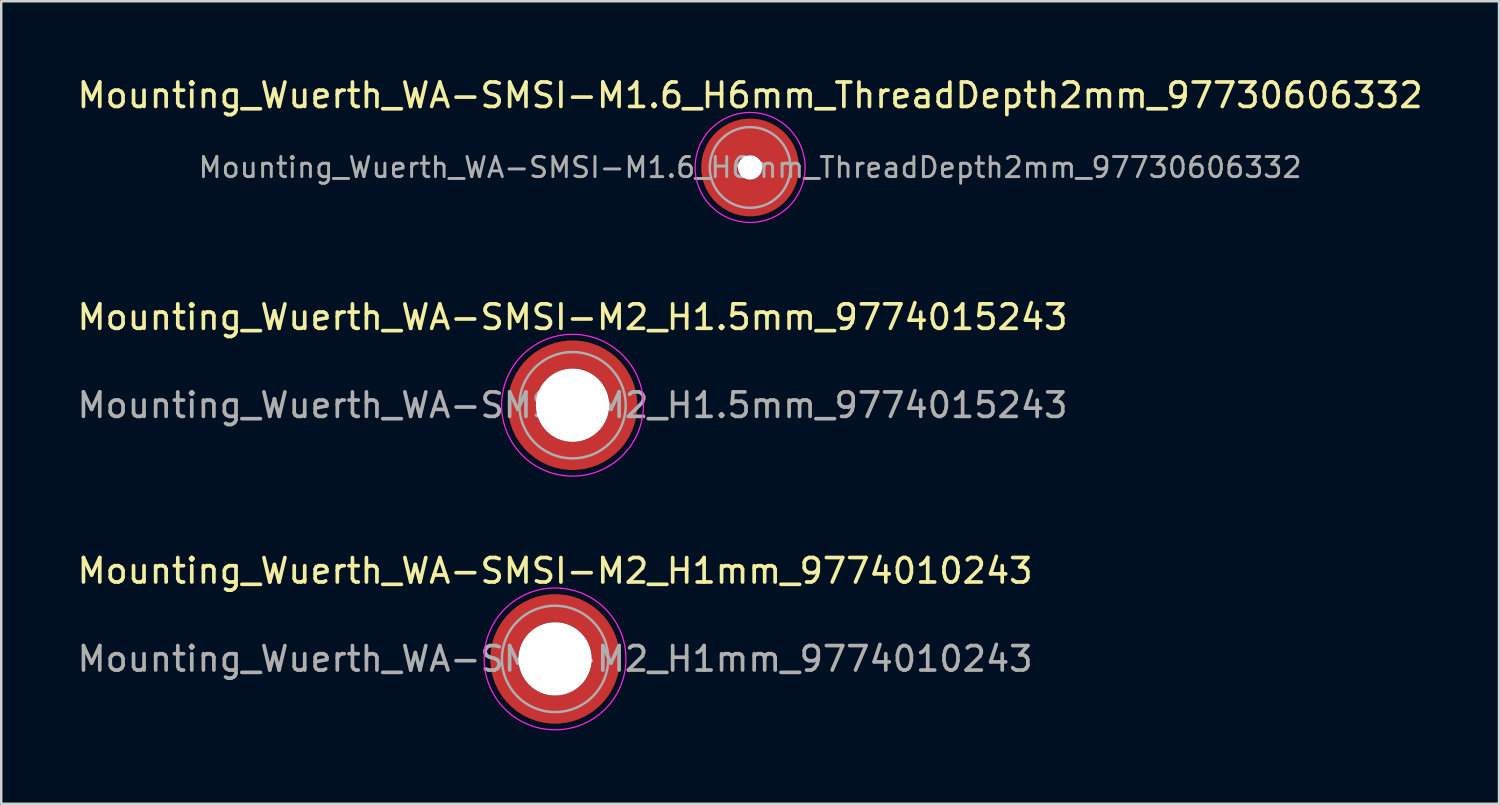
<source format=kicad_pcb>
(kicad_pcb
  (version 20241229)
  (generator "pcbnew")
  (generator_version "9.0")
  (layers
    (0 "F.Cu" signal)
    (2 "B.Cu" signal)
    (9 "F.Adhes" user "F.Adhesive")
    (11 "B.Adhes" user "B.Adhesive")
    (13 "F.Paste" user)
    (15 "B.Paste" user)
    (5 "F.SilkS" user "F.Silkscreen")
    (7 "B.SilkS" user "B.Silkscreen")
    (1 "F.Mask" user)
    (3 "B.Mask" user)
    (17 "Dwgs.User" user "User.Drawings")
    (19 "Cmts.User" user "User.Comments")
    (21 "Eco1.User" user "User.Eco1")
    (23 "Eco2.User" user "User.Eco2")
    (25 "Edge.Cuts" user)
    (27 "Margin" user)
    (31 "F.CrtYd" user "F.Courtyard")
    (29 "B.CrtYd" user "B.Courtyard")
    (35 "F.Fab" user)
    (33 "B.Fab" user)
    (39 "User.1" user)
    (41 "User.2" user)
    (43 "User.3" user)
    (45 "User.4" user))
  (footprint "Mounting_Wuerth_WA-SMSI-M2_H1.5mm_9774015243"
    (layer "F.Cu")
    (at 20.363 13.521)
    (property "Reference" "Mounting_Wuerth_WA-SMSI-M2_H1.5mm_9774015243" (at 0 -3.6 0) (layer "F.SilkS") (effects (font (size 1 1) (thickness 0.15))))
    (property "Mouser Part no." "" (at 0 0 0) (layer "F.Fab") (effects (font (size 1.27 1.27) (thickness 0.15))))
    (property "Mouser link" "" (at 0 0 0) (layer "F.Fab") (effects (font (size 1.27 1.27) (thickness 0.15))))
    (attr smd)
    (fp_circle (center 0 0) (end 2.9 0) (stroke (width 0.05) (type solid)) (fill no) (layer "F.CrtYd"))
    (fp_circle (center 0 0) (end 2.175 0) (stroke (width 0.1) (type solid)) (fill no) (layer "F.Fab"))
    (fp_text user "${REFERENCE}" (at 0 0 0) (layer "F.Fab") (effects (font (size 1 1) (thickness 0.15))))
    (pad "" smd custom (at -1.453 -1.453) (size 0.61 0.61) (layers "F.Paste") (options (anchor circle)) (primitives (gr_arc (start -0.147677 1.053104) (mid 0.285964 0.286792) (end 1.051968 -0.147393) (width 0.2)) (gr_arc (start -0.240295 1.053104) (mid 0.22253 0.222946) (end 1.052531 -0.24016) (width 0.2)) (gr_arc (start -0.332645 1.053104) (mid 0.158548 0.15965) (end 1.051583 -0.332304) (width 0.2)) (gr_arc (start -0.424767 1.053104) (mid 0.09486 0.096059) (end 1.051446 -0.424413) (width 0.2)) (gr_arc (start -0.516693 1.053104) (mid 0.031293 0.032346) (end 1.051645 -0.516396) (width 0.2)) (gr_arc (start -0.608448 1.053104) (mid -0.032323 -0.031316) (end 1.051707 -0.608176) (width 0.2)) (gr_arc (start -0.700056 1.053104) (mid -0.09616 -0.094758) (end 1.051155 -0.699693) (width 0.2)) (gr_arc (start -0.791534 1.053104) (mid -0.160388 -0.15781) (end 1.049515 -0.790891) (width 0.2)) (gr_arc (start -0.882896 1.053104) (mid -0.223713 -0.221764) (end 1.050388 -0.882429) (width 0.2)) (gr_arc (start -0.974157 1.053104) (mid -0.287654 -0.285101) (end 1.049541 -0.973567) (width 0.2)) (gr_line (start 1.053 -0.148) (end 1.053 -0.974) (width 0.2)) (gr_line (start -0.148 1.053) (end -0.974 1.053) (width 0.2))))
    (pad "" smd custom (at -1.453 1.453) (size 0.61 0.61) (layers "F.Paste") (options (anchor circle)) (primitives (gr_arc (start 1.053104 0.147677) (mid 0.286792 -0.285964) (end -0.147393 -1.051968) (width 0.2)) (gr_arc (start 1.053104 0.240295) (mid 0.222946 -0.22253) (end -0.24016 -1.052531) (width 0.2)) (gr_arc (start 1.053104 0.332645) (mid 0.15965 -0.158548) (end -0.332304 -1.051583) (width 0.2)) (gr_arc (start 1.053104 0.424767) (mid 0.096059 -0.09486) (end -0.424413 -1.051446) (width 0.2)) (gr_arc (start 1.053104 0.516693) (mid 0.032346 -0.031293) (end -0.516396 -1.051645) (width 0.2)) (gr_arc (start 1.053104 0.608448) (mid -0.031316 0.032323) (end -0.608176 -1.051707) (width 0.2)) (gr_arc (start 1.053104 0.700056) (mid -0.094758 0.09616) (end -0.699693 -1.051155) (width 0.2)) (gr_arc (start 1.053104 0.791534) (mid -0.15781 0.160388) (end -0.790891 -1.049515) (width 0.2)) (gr_arc (start 1.053104 0.882896) (mid -0.221764 0.223713) (end -0.882429 -1.050388) (width 0.2)) (gr_arc (start 1.053104 0.974157) (mid -0.285101 0.287654) (end -0.973567 -1.049541) (width 0.2)) (gr_line (start -0.148 -1.053) (end -0.974 -1.053) (width 0.2)) (gr_line (start 1.053 0.148) (end 1.053 0.974) (width 0.2))))
    (pad "" np_thru_hole circle (at 0 0) (size 3 3) (drill 3) (layers "*.Cu" "*.Mask"))
    (pad "" smd custom (at 1.453 -1.453) (size 0.61 0.61) (layers "F.Paste") (options (anchor circle)) (primitives (gr_arc (start -1.053104 -0.147677) (mid -0.286792 0.285964) (end 0.147393 1.051968) (width 0.2)) (gr_arc (start -1.053104 -0.240295) (mid -0.222946 0.22253) (end 0.24016 1.052531) (width 0.2)) (gr_arc (start -1.053104 -0.332645) (mid -0.15965 0.158548) (end 0.332304 1.051583) (width 0.2)) (gr_arc (start -1.053104 -0.424767) (mid -0.096059 0.09486) (end 0.424413 1.051446) (width 0.2)) (gr_arc (start -1.053104 -0.516693) (mid -0.032346 0.031293) (end 0.516396 1.051645) (width 0.2)) (gr_arc (start -1.053104 -0.608448) (mid 0.031316 -0.032323) (end 0.608176 1.051707) (width 0.2)) (gr_arc (start -1.053104 -0.700056) (mid 0.094758 -0.09616) (end 0.699693 1.051155) (width 0.2)) (gr_arc (start -1.053104 -0.791534) (mid 0.15781 -0.160388) (end 0.790891 1.049515) (width 0.2)) (gr_arc (start -1.053104 -0.882896) (mid 0.221764 -0.223713) (end 0.882429 1.050388) (width 0.2)) (gr_arc (start -1.053104 -0.974157) (mid 0.285101 -0.287654) (end 0.973567 1.049541) (width 0.2)) (gr_line (start 0.148 1.053) (end 0.974 1.053) (width 0.2)) (gr_line (start -1.053 -0.148) (end -1.053 -0.974) (width 0.2))))
    (pad "" smd custom (at 1.453 1.453) (size 0.61 0.61) (layers "F.Paste") (options (anchor circle)) (primitives (gr_arc (start 0.147677 -1.053104) (mid -0.285964 -0.286792) (end -1.051968 0.147393) (width 0.2)) (gr_arc (start 0.240295 -1.053104) (mid -0.22253 -0.222946) (end -1.052531 0.24016) (width 0.2)) (gr_arc (start 0.332645 -1.053104) (mid -0.158548 -0.15965) (end -1.051583 0.332304) (width 0.2)) (gr_arc (start 0.424767 -1.053104) (mid -0.09486 -0.096059) (end -1.051446 0.424413) (width 0.2)) (gr_arc (start 0.516693 -1.053104) (mid -0.031293 -0.032346) (end -1.051645 0.516396) (width 0.2)) (gr_arc (start 0.608448 -1.053104) (mid 0.032323 0.031316) (end -1.051707 0.608176) (width 0.2)) (gr_arc (start 0.700056 -1.053104) (mid 0.09616 0.094758) (end -1.051155 0.699693) (width 0.2)) (gr_arc (start 0.791534 -1.053104) (mid 0.160388 0.15781) (end -1.049515 0.790891) (width 0.2)) (gr_arc (start 0.882896 -1.053104) (mid 0.223713 0.221764) (end -1.050388 0.882429) (width 0.2)) (gr_arc (start 0.974157 -1.053104) (mid 0.287654 0.285101) (end -1.049541 0.973567) (width 0.2)) (gr_line (start -1.053 0.148) (end -1.053 0.974) (width 0.2)) (gr_line (start 0.148 -1.053) (end 0.974 -1.053) (width 0.2))))
    (pad "1" smd circle (at -2.075 0) (size 0.75 0.75) (layers "F.Cu"))
    (pad "1" smd circle (at 0 -2.075) (size 0.75 0.75) (layers "F.Cu"))
    (pad "1" smd circle (at 0 2.075) (size 0.75 0.75) (layers "F.Cu"))
    (pad "1" smd custom (at 2.075 0) (size 0.75 0.75) (layers "F.Cu" "F.Mask") (options (anchor circle)) (primitives (gr_circle (center -2.075 0) (end 0 0) (width 1.15) (fill no)))))
  (footprint "Mounting_Wuerth_WA-SMSI-M1.6_H6mm_ThreadDepth2mm_97730606332"
    (layer "F.Cu")
    (at 27.625 3.798)
    (property "Reference" "Mounting_Wuerth_WA-SMSI-M1.6_H6mm_ThreadDepth2mm_97730606332" (at 0 -2.95 0) (layer "F.SilkS") (effects (font (size 1 1) (thickness 0.15))))
    (property "Mouser Part no." "" (at 0 0 0) (layer "F.Fab") (effects (font (size 1.27 1.27) (thickness 0.15))))
    (property "Mouser link" "" (at 0 0 0) (layer "F.Fab") (effects (font (size 1.27 1.27) (thickness 0.15))))
    (attr smd)
    (fp_circle (center 0 0) (end 2.25 0) (stroke (width 0.05) (type solid)) (fill no) (layer "F.CrtYd"))
    (fp_circle (center 0 0) (end 1.65 0) (stroke (width 0.1) (type solid)) (fill no) (layer "F.Fab"))
    (fp_text user "${REFERENCE}" (at 0 0 0) (layer "F.Fab") (effects (font (size 0.82 0.82) (thickness 0.12))))
    (pad "" smd custom (at 0 -1.25) (size 0.9 0.9) (layers "F.Paste") (options (anchor circle)) (primitives (gr_arc (start -0.259808 0.6) (mid -0.00045 0.55) (end 0.258972 0.599667) (width 0.2)) (gr_arc (start -0.466369 0.6) (mid -0.000127 0.45) (end 0.466163 0.599852) (width 0.2)) (gr_arc (start -0.622495 0.6) (mid -0.000185 0.35) (end 0.622228 0.599745) (width 0.2)) (gr_arc (start -0.759934 0.6) (mid -0.000146 0.25) (end 0.759744 0.599777) (width 0.2)) (gr_arc (start -0.887412 0.6) (mid -0.000546 0.15) (end 0.886766 0.599119) (width 0.2)) (gr_arc (start -1.008712 0.6) (mid -0.000059 0.05) (end 1.008648 0.5999) (width 0.2)) (gr_arc (start -1.125833 0.6) (mid -0.001134 -0.049999) (end 1.124697 0.598036) (width 0.2)) (gr_arc (start -1.23996 0.6) (mid -0.00088 -0.15) (end 1.239142 0.598442) (width 0.2)) (gr_arc (start -1.351851 0.6) (mid -0.000542 -0.25) (end 1.351381 0.599023) (width 0.2)) (gr_arc (start -1.462019 0.6) (mid -0.000852 -0.35) (end 1.461326 0.598443) (width 0.2)) (gr_arc (start -1.570828 0.6) (mid -0.000608 -0.45) (end 1.570363 0.598876) (width 0.2)) (gr_arc (start -1.678541 0.6) (mid -0.000991 -0.55) (end 1.677824 0.598152) (width 0.2)) (gr_line (start 0.26 0.6) (end 1.679 0.6) (width 0.2)) (gr_line (start -0.26 0.6) (end -1.679 0.6) (width 0.2))))
    (pad "" np_thru_hole circle (at 0 0) (size 1 1) (drill 1) (layers "*.Cu" "*.Mask"))
    (pad "" smd custom (at 0 1.25) (size 0.9 0.9) (layers "F.Paste") (options (anchor circle)) (primitives (gr_arc (start 0.259808 -0.6) (mid 0.00045 -0.55) (end -0.258972 -0.599667) (width 0.2)) (gr_arc (start 0.466369 -0.6) (mid 0.000127 -0.45) (end -0.466163 -0.599852) (width 0.2)) (gr_arc (start 0.622495 -0.6) (mid 0.000185 -0.35) (end -0.622228 -0.599745) (width 0.2)) (gr_arc (start 0.759934 -0.6) (mid 0.000146 -0.25) (end -0.759744 -0.599777) (width 0.2)) (gr_arc (start 0.887412 -0.6) (mid 0.000546 -0.15) (end -0.886766 -0.599119) (width 0.2)) (gr_arc (start 1.008712 -0.6) (mid 0.000059 -0.05) (end -1.008648 -0.5999) (width 0.2)) (gr_arc (start 1.125833 -0.6) (mid 0.001134 0.049999) (end -1.124697 -0.598036) (width 0.2)) (gr_arc (start 1.23996 -0.6) (mid 0.00088 0.15) (end -1.239142 -0.598442) (width 0.2)) (gr_arc (start 1.351851 -0.6) (mid 0.000542 0.25) (end -1.351381 -0.599023) (width 0.2)) (gr_arc (start 1.462019 -0.6) (mid 0.000852 0.35) (end -1.461326 -0.598443) (width 0.2)) (gr_arc (start 1.570828 -0.6) (mid 0.000608 0.45) (end -1.570363 -0.598876) (width 0.2)) (gr_arc (start 1.678541 -0.6) (mid 0.000991 0.55) (end -1.677824 -0.598152) (width 0.2)) (gr_line (start -0.26 -0.6) (end -1.679 -0.6) (width 0.2)) (gr_line (start 0.26 -0.6) (end 1.679 -0.6) (width 0.2))))
    (pad "1" smd circle (at -1.25 0) (size 1.1 1.1) (layers "F.Cu"))
    (pad "1" smd circle (at 0 -1.25) (size 1.1 1.1) (layers "F.Cu"))
    (pad "1" smd circle (at 0 1.25) (size 1.1 1.1) (layers "F.Cu"))
    (pad "1" smd custom (at 1.25 0) (size 1.1 1.1) (layers "F.Cu" "F.Mask") (options (anchor circle)) (primitives (gr_circle (center -1.25 0) (end 0 0) (width 1.5) (fill no)))))
  (footprint "Mounting_Wuerth_WA-SMSI-M2_H1mm_9774010243"
    (layer "F.Cu")
    (at 19.649 23.895)
    (property "Reference" "Mounting_Wuerth_WA-SMSI-M2_H1mm_9774010243" (at 0 -3.6 0) (layer "F.SilkS") (effects (font (size 1 1) (thickness 0.15))))
    (property "Mouser Part no." "" (at 0 0 0) (layer "F.Fab") (effects (font (size 1.27 1.27) (thickness 0.15))))
    (property "Mouser link" "" (at 0 0 0) (layer "F.Fab") (effects (font (size 1.27 1.27) (thickness 0.15))))
    (attr smd)
    (fp_circle (center 0 0) (end 2.9 0) (stroke (width 0.05) (type solid)) (fill no) (layer "F.CrtYd"))
    (fp_circle (center 0 0) (end 2.175 0) (stroke (width 0.1) (type solid)) (fill no) (layer "F.Fab"))
    (fp_text user "${REFERENCE}" (at 0 0 0) (layer "F.Fab") (effects (font (size 1 1) (thickness 0.15))))
    (pad "" smd custom (at -1.453 -1.453) (size 0.61 0.61) (layers "F.Paste") (options (anchor circle)) (primitives (gr_arc (start -0.147677 1.053104) (mid 0.285964 0.286792) (end 1.051968 -0.147393) (width 0.2)) (gr_arc (start -0.240295 1.053104) (mid 0.22253 0.222946) (end 1.052531 -0.24016) (width 0.2)) (gr_arc (start -0.332645 1.053104) (mid 0.158548 0.15965) (end 1.051583 -0.332304) (width 0.2)) (gr_arc (start -0.424767 1.053104) (mid 0.09486 0.096059) (end 1.051446 -0.424413) (width 0.2)) (gr_arc (start -0.516693 1.053104) (mid 0.031293 0.032346) (end 1.051645 -0.516396) (width 0.2)) (gr_arc (start -0.608448 1.053104) (mid -0.032323 -0.031316) (end 1.051707 -0.608176) (width 0.2)) (gr_arc (start -0.700056 1.053104) (mid -0.09616 -0.094758) (end 1.051155 -0.699693) (width 0.2)) (gr_arc (start -0.791534 1.053104) (mid -0.160388 -0.15781) (end 1.049515 -0.790891) (width 0.2)) (gr_arc (start -0.882896 1.053104) (mid -0.223713 -0.221764) (end 1.050388 -0.882429) (width 0.2)) (gr_arc (start -0.974157 1.053104) (mid -0.287654 -0.285101) (end 1.049541 -0.973567) (width 0.2)) (gr_line (start 1.053 -0.148) (end 1.053 -0.974) (width 0.2)) (gr_line (start -0.148 1.053) (end -0.974 1.053) (width 0.2))))
    (pad "" smd custom (at -1.453 1.453) (size 0.61 0.61) (layers "F.Paste") (options (anchor circle)) (primitives (gr_arc (start 1.053104 0.147677) (mid 0.286792 -0.285964) (end -0.147393 -1.051968) (width 0.2)) (gr_arc (start 1.053104 0.240295) (mid 0.222946 -0.22253) (end -0.24016 -1.052531) (width 0.2)) (gr_arc (start 1.053104 0.332645) (mid 0.15965 -0.158548) (end -0.332304 -1.051583) (width 0.2)) (gr_arc (start 1.053104 0.424767) (mid 0.096059 -0.09486) (end -0.424413 -1.051446) (width 0.2)) (gr_arc (start 1.053104 0.516693) (mid 0.032346 -0.031293) (end -0.516396 -1.051645) (width 0.2)) (gr_arc (start 1.053104 0.608448) (mid -0.031316 0.032323) (end -0.608176 -1.051707) (width 0.2)) (gr_arc (start 1.053104 0.700056) (mid -0.094758 0.09616) (end -0.699693 -1.051155) (width 0.2)) (gr_arc (start 1.053104 0.791534) (mid -0.15781 0.160388) (end -0.790891 -1.049515) (width 0.2)) (gr_arc (start 1.053104 0.882896) (mid -0.221764 0.223713) (end -0.882429 -1.050388) (width 0.2)) (gr_arc (start 1.053104 0.974157) (mid -0.285101 0.287654) (end -0.973567 -1.049541) (width 0.2)) (gr_line (start -0.148 -1.053) (end -0.974 -1.053) (width 0.2)) (gr_line (start 1.053 0.148) (end 1.053 0.974) (width 0.2))))
    (pad "" np_thru_hole circle (at 0 0) (size 3 3) (drill 3) (layers "*.Cu" "*.Mask"))
    (pad "" smd custom (at 1.453 -1.453) (size 0.61 0.61) (layers "F.Paste") (options (anchor circle)) (primitives (gr_arc (start -1.053104 -0.147677) (mid -0.286792 0.285964) (end 0.147393 1.051968) (width 0.2)) (gr_arc (start -1.053104 -0.240295) (mid -0.222946 0.22253) (end 0.24016 1.052531) (width 0.2)) (gr_arc (start -1.053104 -0.332645) (mid -0.15965 0.158548) (end 0.332304 1.051583) (width 0.2)) (gr_arc (start -1.053104 -0.424767) (mid -0.096059 0.09486) (end 0.424413 1.051446) (width 0.2)) (gr_arc (start -1.053104 -0.516693) (mid -0.032346 0.031293) (end 0.516396 1.051645) (width 0.2)) (gr_arc (start -1.053104 -0.608448) (mid 0.031316 -0.032323) (end 0.608176 1.051707) (width 0.2)) (gr_arc (start -1.053104 -0.700056) (mid 0.094758 -0.09616) (end 0.699693 1.051155) (width 0.2)) (gr_arc (start -1.053104 -0.791534) (mid 0.15781 -0.160388) (end 0.790891 1.049515) (width 0.2)) (gr_arc (start -1.053104 -0.882896) (mid 0.221764 -0.223713) (end 0.882429 1.050388) (width 0.2)) (gr_arc (start -1.053104 -0.974157) (mid 0.285101 -0.287654) (end 0.973567 1.049541) (width 0.2)) (gr_line (start 0.148 1.053) (end 0.974 1.053) (width 0.2)) (gr_line (start -1.053 -0.148) (end -1.053 -0.974) (width 0.2))))
    (pad "" smd custom (at 1.453 1.453) (size 0.61 0.61) (layers "F.Paste") (options (anchor circle)) (primitives (gr_arc (start 0.147677 -1.053104) (mid -0.285964 -0.286792) (end -1.051968 0.147393) (width 0.2)) (gr_arc (start 0.240295 -1.053104) (mid -0.22253 -0.222946) (end -1.052531 0.24016) (width 0.2)) (gr_arc (start 0.332645 -1.053104) (mid -0.158548 -0.15965) (end -1.051583 0.332304) (width 0.2)) (gr_arc (start 0.424767 -1.053104) (mid -0.09486 -0.096059) (end -1.051446 0.424413) (width 0.2)) (gr_arc (start 0.516693 -1.053104) (mid -0.031293 -0.032346) (end -1.051645 0.516396) (width 0.2)) (gr_arc (start 0.608448 -1.053104) (mid 0.032323 0.031316) (end -1.051707 0.608176) (width 0.2)) (gr_arc (start 0.700056 -1.053104) (mid 0.09616 0.094758) (end -1.051155 0.699693) (width 0.2)) (gr_arc (start 0.791534 -1.053104) (mid 0.160388 0.15781) (end -1.049515 0.790891) (width 0.2)) (gr_arc (start 0.882896 -1.053104) (mid 0.223713 0.221764) (end -1.050388 0.882429) (width 0.2)) (gr_arc (start 0.974157 -1.053104) (mid 0.287654 0.285101) (end -1.049541 0.973567) (width 0.2)) (gr_line (start -1.053 0.148) (end -1.053 0.974) (width 0.2)) (gr_line (start 0.148 -1.053) (end 0.974 -1.053) (width 0.2))))
    (pad "1" smd circle (at -2.075 0) (size 0.75 0.75) (layers "F.Cu"))
    (pad "1" smd circle (at 0 -2.075) (size 0.75 0.75) (layers "F.Cu"))
    (pad "1" smd circle (at 0 2.075) (size 0.75 0.75) (layers "F.Cu"))
    (pad "1" smd custom (at 2.075 0) (size 0.75 0.75) (layers "F.Cu" "F.Mask") (options (anchor circle)) (primitives (gr_circle (center -2.075 0) (end 0 0) (width 1.15) (fill no)))))
  (gr_rect
    (start -3 -3)
    (end 58.25 29.82)
    (stroke (width 0.1) (type default))
    (fill no)
    (layer "Edge.Cuts")))
</source>
